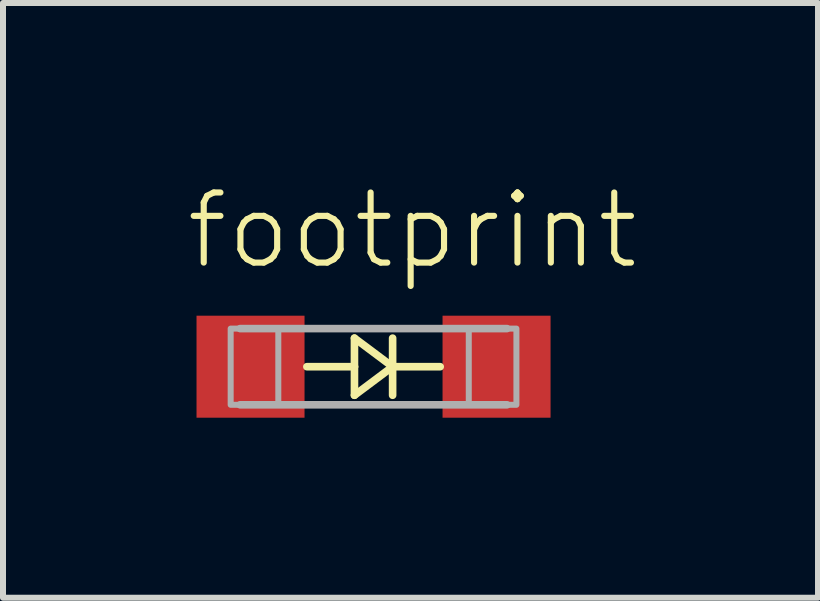
<source format=kicad_pcb>
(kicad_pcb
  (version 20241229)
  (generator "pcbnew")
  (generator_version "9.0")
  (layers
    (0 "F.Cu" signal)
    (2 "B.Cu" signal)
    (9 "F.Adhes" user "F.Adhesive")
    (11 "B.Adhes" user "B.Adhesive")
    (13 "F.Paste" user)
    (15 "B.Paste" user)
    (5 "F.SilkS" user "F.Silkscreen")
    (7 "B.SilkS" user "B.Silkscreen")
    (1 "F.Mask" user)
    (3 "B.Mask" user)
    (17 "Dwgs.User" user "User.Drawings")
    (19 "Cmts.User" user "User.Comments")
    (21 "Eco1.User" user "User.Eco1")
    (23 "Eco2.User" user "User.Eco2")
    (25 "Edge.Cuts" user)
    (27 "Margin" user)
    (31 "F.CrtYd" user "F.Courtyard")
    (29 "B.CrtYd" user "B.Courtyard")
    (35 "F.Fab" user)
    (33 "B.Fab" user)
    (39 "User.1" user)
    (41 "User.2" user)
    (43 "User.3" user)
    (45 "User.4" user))
  (footprint "footprint"
    (layer "F.Cu")
    (at 3.175 3.061)
    (property "Reference" "footprint" (at -3.175 -1.587 0) (layer "F.SilkS") (effects (font (size 1.168 1.168) (thickness 0.102)) (justify left bottom)))
    (fp_line (start -0.318 -0.476) (end -0.318 0) (stroke (width 0.127) (type solid)) (layer "F.SilkS"))
    (fp_line (start -0.318 0) (end -1.111 0) (stroke (width 0.127) (type solid)) (layer "F.SilkS"))
    (fp_line (start -0.318 0) (end -0.318 0.476) (stroke (width 0.127) (type solid)) (layer "F.SilkS"))
    (fp_line (start -0.318 0.476) (end 0.318 0) (stroke (width 0.127) (type solid)) (layer "F.SilkS"))
    (fp_line (start 0.318 0) (end -0.318 -0.476) (stroke (width 0.127) (type solid)) (layer "F.SilkS"))
    (fp_line (start 0.318 0) (end 0.318 -0.476) (stroke (width 0.127) (type solid)) (layer "F.SilkS"))
    (fp_line (start 0.318 0) (end 0.318 0.476) (stroke (width 0.127) (type solid)) (layer "F.SilkS"))
    (fp_line (start 0.318 0) (end 1.111 0) (stroke (width 0.127) (type solid)) (layer "F.SilkS"))
    (fp_line (start -2.223 -0.635) (end 2.223 -0.635) (stroke (width 0.127) (type solid)) (layer "F.Fab"))
    (fp_line (start -2.223 0.635) (end 2.223 0.635) (stroke (width 0.127) (type solid)) (layer "F.Fab"))
    (fp_poly (pts (xy -2.381 0.635) (xy -1.587 0.635) (xy -1.587 -0.635) (xy -2.381 -0.635)) (stroke (width 0.1) (type solid)) (fill no) (layer "F.Fab"))
    (fp_poly (pts (xy 1.587 0.635) (xy 2.381 0.635) (xy 2.381 -0.635) (xy 1.587 -0.635)) (stroke (width 0.1) (type solid)) (fill no) (layer "F.Fab"))
    (pad "A" smd rect (at -2.05 0) (size 1.8 1.7) (layers "F.Cu" "F.Mask" "F.Paste"))
    (pad "K" smd rect (at 2.05 0) (size 1.8 1.7) (layers "F.Cu" "F.Mask" "F.Paste")))
  (gr_rect
    (start -3 -3)
    (end 10.582 6.911)
    (stroke (width 0.1) (type default))
    (fill no)
    (layer "Edge.Cuts")))
</source>
